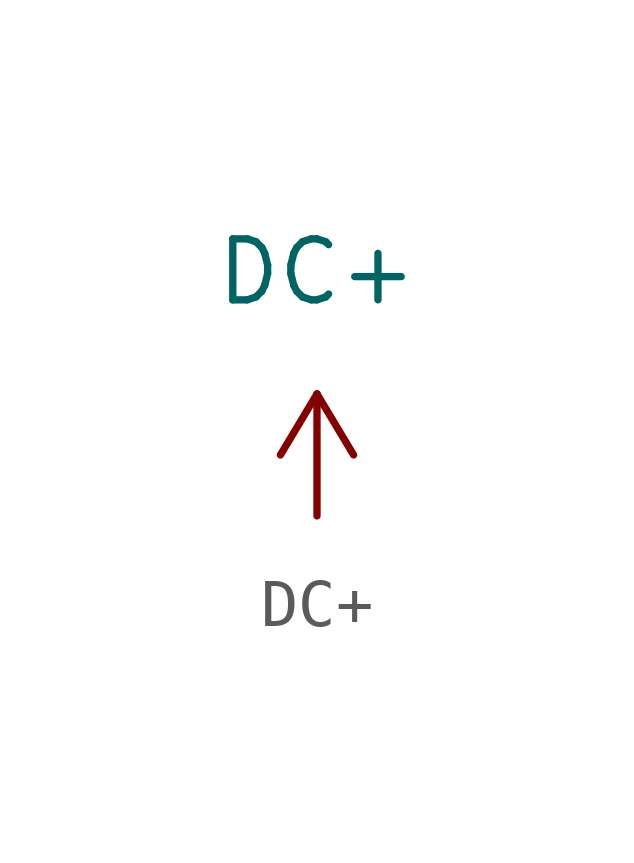
<source format=kicad_sym>
(kicad_symbol_lib
  (version 20220914)
  (generator kicad_symbol_editor)
  (symbol "DC+"
    (power)
    (pin_numbers hide)
    (pin_names
      (offset 0))
    (property "Reference" "#PWR"
      (at 1.27 0 90)
      (effects (font (size 1.27 1.27)) hide))
    (property "Value" "DC+"
      (at 0 5.08 0)
      (effects (font (size 1.27 1.27))))
    (symbol "DC+_1_1"
      (polyline (pts (xy -0.762 1.27) (xy 0 2.54)) (stroke (width 0) (type default)) (fill (type none)))
      (polyline (pts (xy 0 0) (xy 0 2.54)) (stroke (width 0) (type default)) (fill (type none)))
      (polyline (pts (xy 0 2.54) (xy 0.762 1.27)) (stroke (width 0) (type default)) (fill (type none)))
      (pin power_in line (at 0 0 90) (length 0) hide (name "DC+" (effects (font (size 1.27 1.27)))) (number "1" (effects (font (size 1.27 1.27))))))))
</source>
